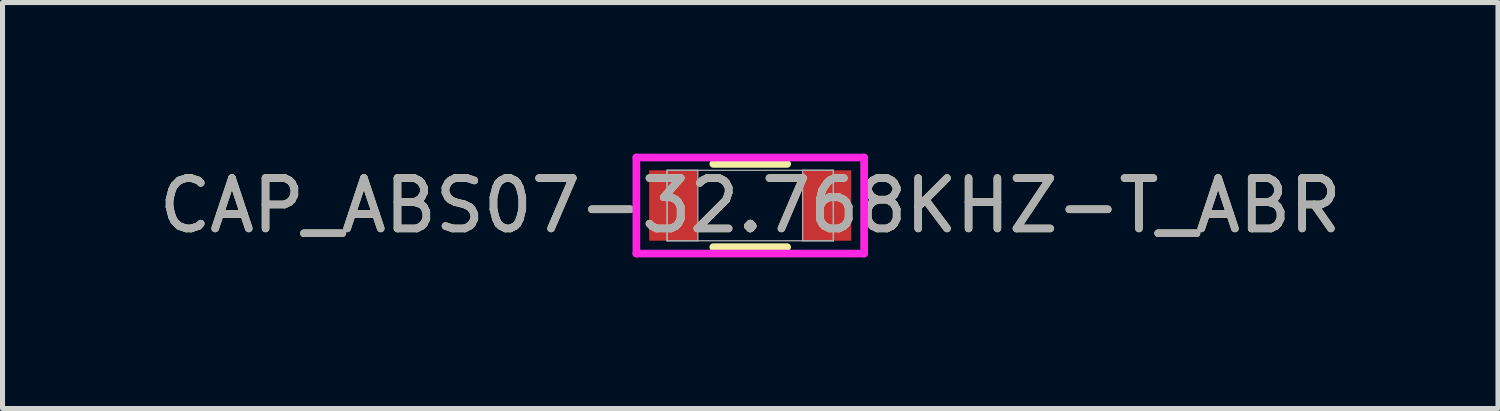
<source format=kicad_pcb>
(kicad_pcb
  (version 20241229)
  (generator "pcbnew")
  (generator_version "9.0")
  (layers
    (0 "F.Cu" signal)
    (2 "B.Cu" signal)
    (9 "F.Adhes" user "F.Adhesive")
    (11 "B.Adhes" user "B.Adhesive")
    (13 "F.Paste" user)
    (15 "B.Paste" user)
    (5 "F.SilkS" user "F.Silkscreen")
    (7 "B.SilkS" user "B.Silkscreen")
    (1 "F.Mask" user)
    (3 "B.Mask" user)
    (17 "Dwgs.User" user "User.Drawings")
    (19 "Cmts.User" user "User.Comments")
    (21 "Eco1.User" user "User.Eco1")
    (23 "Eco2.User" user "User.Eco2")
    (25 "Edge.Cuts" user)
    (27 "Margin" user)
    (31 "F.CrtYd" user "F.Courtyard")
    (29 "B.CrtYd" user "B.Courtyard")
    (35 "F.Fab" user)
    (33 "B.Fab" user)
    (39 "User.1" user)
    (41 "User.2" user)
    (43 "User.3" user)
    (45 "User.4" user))
  (footprint "CAP_ABS07-32.768KHZ-T_ABR"
    (layer "F.Cu")
    (at 11.839 1.029)
    (property "Reference" "CAP_ABS07-32.768KHZ-T_ABR" (at 0 0 0) (unlocked yes) (layer "F.SilkS") (effects (font (size 1 1) (thickness 0.15))))
    (attr smd)
    (fp_line (start -0.733 0.826) (end 0.733 0.826) (stroke (width 0.152) (type solid)) (layer "F.SilkS"))
    (fp_line (start 0.733 -0.826) (end -0.733 -0.826) (stroke (width 0.152) (type solid)) (layer "F.SilkS"))
    (fp_line (start -2.26 -0.953) (end 2.26 -0.953) (stroke (width 0.152) (type solid)) (layer "F.CrtYd"))
    (fp_line (start -2.26 0.953) (end -2.26 -0.953) (stroke (width 0.152) (type solid)) (layer "F.CrtYd"))
    (fp_line (start 2.26 -0.953) (end 2.26 0.953) (stroke (width 0.152) (type solid)) (layer "F.CrtYd"))
    (fp_line (start 2.26 0.953) (end -2.26 0.953) (stroke (width 0.152) (type solid)) (layer "F.CrtYd"))
    (fp_line (start -1.65 -0.699) (end -1.65 0.699) (stroke (width 0.025) (type solid)) (layer "F.Fab"))
    (fp_line (start -1.65 -0.699) (end -1.65 0.699) (stroke (width 0.025) (type solid)) (layer "F.Fab"))
    (fp_line (start -1.65 0.699) (end -1.04 0.699) (stroke (width 0.025) (type solid)) (layer "F.Fab"))
    (fp_line (start -1.65 0.699) (end 1.65 0.699) (stroke (width 0.025) (type solid)) (layer "F.Fab"))
    (fp_line (start -1.04 -0.699) (end -1.65 -0.699) (stroke (width 0.025) (type solid)) (layer "F.Fab"))
    (fp_line (start -1.04 0.699) (end -1.04 -0.699) (stroke (width 0.025) (type solid)) (layer "F.Fab"))
    (fp_line (start 1.04 -0.699) (end 1.04 0.699) (stroke (width 0.025) (type solid)) (layer "F.Fab"))
    (fp_line (start 1.04 0.699) (end 1.65 0.699) (stroke (width 0.025) (type solid)) (layer "F.Fab"))
    (fp_line (start 1.65 -0.699) (end -1.65 -0.699) (stroke (width 0.025) (type solid)) (layer "F.Fab"))
    (fp_line (start 1.65 -0.699) (end 1.04 -0.699) (stroke (width 0.025) (type solid)) (layer "F.Fab"))
    (fp_line (start 1.65 0.699) (end 1.65 -0.699) (stroke (width 0.025) (type solid)) (layer "F.Fab"))
    (fp_line (start 1.65 0.699) (end 1.65 -0.699) (stroke (width 0.025) (type solid)) (layer "F.Fab"))
    (fp_circle (center -1.396 0) (end -1.396 0) (stroke (width 0.025) (type solid)) (fill no) (layer "F.Fab"))
    (fp_text user "${REFERENCE}" (at 0 0 0) (unlocked yes) (layer "F.Fab") (effects (font (size 1 1) (thickness 0.15))))
    (pad "1" smd rect (at -1.523 0) (size 0.965 1.397) (layers "F.Cu" "F.Mask" "F.Paste"))
    (pad "2" smd rect (at 1.523 0) (size 0.965 1.397) (layers "F.Cu" "F.Mask" "F.Paste"))
    (zone (net_name "") (layer "F.Cu") (hatch full 0.508) (connect_pads) (min_thickness 0.254) (filled_areas_thickness no) (keepout (tracks not_allowed) (vias not_allowed) (pads allowed) (copperpour not_allowed) (footprints allowed)) (placement (enabled no)) (fill) (polygon (pts (xy 10.85 0.381) (xy 12.829 0.381) (xy 12.829 1.676) (xy 10.85 1.676)))))
  (gr_rect
    (start -3 -3)
    (end 26.679 5.057)
    (stroke (width 0.1) (type default))
    (fill no)
    (layer "Edge.Cuts")))
</source>
